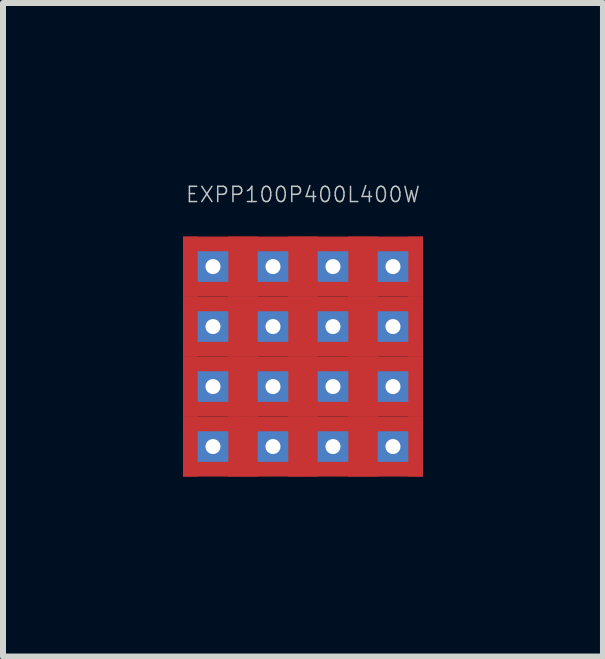
<source format=kicad_pcb>
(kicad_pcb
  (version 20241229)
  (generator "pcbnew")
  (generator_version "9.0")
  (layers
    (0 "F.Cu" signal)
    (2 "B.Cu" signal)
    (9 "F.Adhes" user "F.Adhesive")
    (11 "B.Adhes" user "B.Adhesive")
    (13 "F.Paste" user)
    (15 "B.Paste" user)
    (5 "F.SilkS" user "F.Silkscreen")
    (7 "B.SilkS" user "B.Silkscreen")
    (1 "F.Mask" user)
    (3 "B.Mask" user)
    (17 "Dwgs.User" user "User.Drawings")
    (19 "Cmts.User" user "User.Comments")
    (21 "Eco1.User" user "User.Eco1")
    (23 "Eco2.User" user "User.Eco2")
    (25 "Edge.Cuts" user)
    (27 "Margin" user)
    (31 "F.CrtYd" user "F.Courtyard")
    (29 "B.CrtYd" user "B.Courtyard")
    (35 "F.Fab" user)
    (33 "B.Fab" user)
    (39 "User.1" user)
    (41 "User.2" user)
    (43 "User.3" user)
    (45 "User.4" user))
  (footprint "EXPP100P400L400W"
    (layer "F.Cu")
    (at 2 2.893)
    (property "Reference" "EXPP100P400L400W" (at 0 -2.7 0) (layer "Dwgs.User") (effects (font (size 0.254 0.254) (thickness 0.025))))
    (attr smd)
    (pad "1" smd rect (at -1.875 -1.5) (size 0.25 1) (layers "F.Cu" "F.Mask"))
    (pad "1" smd rect (at -1.875 -0.5) (size 0.25 1) (layers "F.Cu" "F.Mask"))
    (pad "1" smd rect (at -1.875 0.5) (size 0.25 1) (layers "F.Cu" "F.Mask"))
    (pad "1" smd rect (at -1.875 1.5) (size 0.25 1) (layers "F.Cu" "F.Mask"))
    (pad "1" smd rect (at -1.77 -1.77) (size 0.35 0.35) (layers "F.Cu" "F.Mask" "F.Paste"))
    (pad "1" smd rect (at -1.77 -1.23) (size 0.35 0.35) (layers "F.Cu" "F.Paste"))
    (pad "1" smd rect (at -1.77 -0.77) (size 0.35 0.35) (layers "F.Cu" "F.Mask" "F.Paste"))
    (pad "1" smd rect (at -1.77 -0.23) (size 0.35 0.35) (layers "F.Cu" "F.Paste"))
    (pad "1" smd rect (at -1.77 0.23) (size 0.35 0.35) (layers "F.Cu" "F.Mask" "F.Paste"))
    (pad "1" smd rect (at -1.77 0.77) (size 0.35 0.35) (layers "F.Cu" "F.Paste"))
    (pad "1" smd rect (at -1.77 1.23) (size 0.35 0.35) (layers "F.Cu" "F.Mask" "F.Paste"))
    (pad "1" smd rect (at -1.77 1.77) (size 0.35 0.35) (layers "F.Cu" "F.Paste"))
    (pad "1" smd rect (at -1.5 -1.875) (size 1 0.25) (layers "F.Cu" "F.Mask"))
    (pad "1" thru_hole rect (at -1.5 -1.5) (size 0.51 0.51) (drill 0.25) (layers "*.Cu"))
    (pad "1" smd rect (at -1.5 -1.125) (size 1 0.25) (layers "F.Cu" "F.Mask"))
    (pad "1" smd rect (at -1.5 -0.875) (size 1 0.25) (layers "F.Cu" "F.Mask"))
    (pad "1" thru_hole rect (at -1.5 -0.5) (size 0.51 0.51) (drill 0.25) (layers "*.Cu"))
    (pad "1" smd rect (at -1.5 -0.125) (size 1 0.25) (layers "F.Cu" "F.Mask"))
    (pad "1" smd rect (at -1.5 0.125) (size 1 0.25) (layers "F.Cu" "F.Mask"))
    (pad "1" thru_hole rect (at -1.5 0.5) (size 0.51 0.51) (drill 0.25) (layers "*.Cu"))
    (pad "1" smd rect (at -1.5 0.875) (size 1 0.25) (layers "F.Cu" "F.Mask"))
    (pad "1" smd rect (at -1.5 1.125) (size 1 0.25) (layers "F.Cu" "F.Mask"))
    (pad "1" thru_hole rect (at -1.5 1.5) (size 0.51 0.51) (drill 0.25) (layers "*.Cu"))
    (pad "1" smd rect (at -1.5 1.875) (size 1 0.25) (layers "F.Cu" "F.Mask"))
    (pad "1" smd rect (at -1.23 -1.77) (size 0.35 0.35) (layers "F.Cu" "F.Paste"))
    (pad "1" smd rect (at -1.23 -1.23) (size 0.35 0.35) (layers "F.Cu" "F.Paste"))
    (pad "1" smd rect (at -1.23 -0.77) (size 0.35 0.35) (layers "F.Cu" "F.Paste"))
    (pad "1" smd rect (at -1.23 -0.23) (size 0.35 0.35) (layers "F.Cu" "F.Paste"))
    (pad "1" smd rect (at -1.23 0.23) (size 0.35 0.35) (layers "F.Cu" "F.Paste"))
    (pad "1" smd rect (at -1.23 0.77) (size 0.35 0.35) (layers "F.Cu" "F.Paste"))
    (pad "1" smd rect (at -1.23 1.23) (size 0.35 0.35) (layers "F.Cu" "F.Paste"))
    (pad "1" smd rect (at -1.23 1.77) (size 0.35 0.35) (layers "F.Cu" "F.Paste"))
    (pad "1" smd rect (at -1.125 -1.5) (size 0.25 1) (layers "F.Cu" "F.Mask"))
    (pad "1" smd rect (at -1.125 -0.5) (size 0.25 1) (layers "F.Cu" "F.Mask"))
    (pad "1" smd rect (at -1.125 0.5) (size 0.25 1) (layers "F.Cu" "F.Mask"))
    (pad "1" smd rect (at -1.125 1.5) (size 0.25 1) (layers "F.Cu" "F.Mask"))
    (pad "1" smd rect (at -0.875 -1.5) (size 0.25 1) (layers "F.Cu" "F.Mask"))
    (pad "1" smd rect (at -0.875 -0.5) (size 0.25 1) (layers "F.Cu" "F.Mask"))
    (pad "1" smd rect (at -0.875 0.5) (size 0.25 1) (layers "F.Cu" "F.Mask"))
    (pad "1" smd rect (at -0.875 1.5) (size 0.25 1) (layers "F.Cu" "F.Mask"))
    (pad "1" smd rect (at -0.77 -1.77) (size 0.35 0.35) (layers "F.Cu" "F.Mask" "F.Paste"))
    (pad "1" smd rect (at -0.77 -1.23) (size 0.35 0.35) (layers "F.Cu" "F.Paste"))
    (pad "1" smd rect (at -0.77 -0.77) (size 0.35 0.35) (layers "F.Cu" "F.Mask" "F.Paste"))
    (pad "1" smd rect (at -0.77 -0.23) (size 0.35 0.35) (layers "F.Cu" "F.Paste"))
    (pad "1" smd rect (at -0.77 0.23) (size 0.35 0.35) (layers "F.Cu" "F.Mask" "F.Paste"))
    (pad "1" smd rect (at -0.77 0.77) (size 0.35 0.35) (layers "F.Cu" "F.Paste"))
    (pad "1" smd rect (at -0.77 1.23) (size 0.35 0.35) (layers "F.Cu" "F.Mask" "F.Paste"))
    (pad "1" smd rect (at -0.77 1.77) (size 0.35 0.35) (layers "F.Cu" "F.Paste"))
    (pad "1" smd rect (at -0.5 -1.875) (size 1 0.25) (layers "F.Cu" "F.Mask"))
    (pad "1" thru_hole rect (at -0.5 -1.5) (size 0.51 0.51) (drill 0.25) (layers "*.Cu"))
    (pad "1" smd rect (at -0.5 -1.125) (size 1 0.25) (layers "F.Cu" "F.Mask"))
    (pad "1" smd rect (at -0.5 -0.875) (size 1 0.25) (layers "F.Cu" "F.Mask"))
    (pad "1" thru_hole rect (at -0.5 -0.5) (size 0.51 0.51) (drill 0.25) (layers "*.Cu"))
    (pad "1" smd rect (at -0.5 -0.125) (size 1 0.25) (layers "F.Cu" "F.Mask"))
    (pad "1" smd rect (at -0.5 0.125) (size 1 0.25) (layers "F.Cu" "F.Mask"))
    (pad "1" thru_hole rect (at -0.5 0.5) (size 0.51 0.51) (drill 0.25) (layers "*.Cu"))
    (pad "1" smd rect (at -0.5 0.875) (size 1 0.25) (layers "F.Cu" "F.Mask"))
    (pad "1" smd rect (at -0.5 1.125) (size 1 0.25) (layers "F.Cu" "F.Mask"))
    (pad "1" thru_hole rect (at -0.5 1.5) (size 0.51 0.51) (drill 0.25) (layers "*.Cu"))
    (pad "1" smd rect (at -0.5 1.875) (size 1 0.25) (layers "F.Cu" "F.Mask"))
    (pad "1" smd rect (at -0.23 -1.77) (size 0.35 0.35) (layers "F.Cu" "F.Paste"))
    (pad "1" smd rect (at -0.23 -1.23) (size 0.35 0.35) (layers "F.Cu" "F.Paste"))
    (pad "1" smd rect (at -0.23 -0.77) (size 0.35 0.35) (layers "F.Cu" "F.Paste"))
    (pad "1" smd rect (at -0.23 -0.23) (size 0.35 0.35) (layers "F.Cu" "F.Paste"))
    (pad "1" smd rect (at -0.23 0.23) (size 0.35 0.35) (layers "F.Cu" "F.Paste"))
    (pad "1" smd rect (at -0.23 0.77) (size 0.35 0.35) (layers "F.Cu" "F.Paste"))
    (pad "1" smd rect (at -0.23 1.23) (size 0.35 0.35) (layers "F.Cu" "F.Paste"))
    (pad "1" smd rect (at -0.23 1.77) (size 0.35 0.35) (layers "F.Cu" "F.Paste"))
    (pad "1" smd rect (at -0.125 -1.5) (size 0.25 1) (layers "F.Cu" "F.Mask"))
    (pad "1" smd rect (at -0.125 -0.5) (size 0.25 1) (layers "F.Cu" "F.Mask"))
    (pad "1" smd rect (at -0.125 0.5) (size 0.25 1) (layers "F.Cu" "F.Mask"))
    (pad "1" smd rect (at -0.125 1.5) (size 0.25 1) (layers "F.Cu" "F.Mask"))
    (pad "1" smd rect (at 0.125 -1.5) (size 0.25 1) (layers "F.Cu" "F.Mask"))
    (pad "1" smd rect (at 0.125 -0.5) (size 0.25 1) (layers "F.Cu" "F.Mask"))
    (pad "1" smd rect (at 0.125 0.5) (size 0.25 1) (layers "F.Cu" "F.Mask"))
    (pad "1" smd rect (at 0.125 1.5) (size 0.25 1) (layers "F.Cu" "F.Mask"))
    (pad "1" smd rect (at 0.23 -1.77) (size 0.35 0.35) (layers "F.Cu" "F.Mask" "F.Paste"))
    (pad "1" smd rect (at 0.23 -1.23) (size 0.35 0.35) (layers "F.Cu" "F.Paste"))
    (pad "1" smd rect (at 0.23 -0.77) (size 0.35 0.35) (layers "F.Cu" "F.Mask" "F.Paste"))
    (pad "1" smd rect (at 0.23 -0.23) (size 0.35 0.35) (layers "F.Cu" "F.Paste"))
    (pad "1" smd rect (at 0.23 0.23) (size 0.35 0.35) (layers "F.Cu" "F.Mask" "F.Paste"))
    (pad "1" smd rect (at 0.23 0.77) (size 0.35 0.35) (layers "F.Cu" "F.Paste"))
    (pad "1" smd rect (at 0.23 1.23) (size 0.35 0.35) (layers "F.Cu" "F.Mask" "F.Paste"))
    (pad "1" smd rect (at 0.23 1.77) (size 0.35 0.35) (layers "F.Cu" "F.Paste"))
    (pad "1" smd rect (at 0.5 -1.875) (size 1 0.25) (layers "F.Cu" "F.Mask"))
    (pad "1" thru_hole rect (at 0.5 -1.5) (size 0.51 0.51) (drill 0.25) (layers "*.Cu"))
    (pad "1" smd rect (at 0.5 -1.125) (size 1 0.25) (layers "F.Cu" "F.Mask"))
    (pad "1" smd rect (at 0.5 -0.875) (size 1 0.25) (layers "F.Cu" "F.Mask"))
    (pad "1" thru_hole rect (at 0.5 -0.5) (size 0.51 0.51) (drill 0.25) (layers "*.Cu"))
    (pad "1" smd rect (at 0.5 -0.125) (size 1 0.25) (layers "F.Cu" "F.Mask"))
    (pad "1" smd rect (at 0.5 0.125) (size 1 0.25) (layers "F.Cu" "F.Mask"))
    (pad "1" thru_hole rect (at 0.5 0.5) (size 0.51 0.51) (drill 0.25) (layers "*.Cu"))
    (pad "1" smd rect (at 0.5 0.875) (size 1 0.25) (layers "F.Cu" "F.Mask"))
    (pad "1" smd rect (at 0.5 1.125) (size 1 0.25) (layers "F.Cu" "F.Mask"))
    (pad "1" thru_hole rect (at 0.5 1.5) (size 0.51 0.51) (drill 0.25) (layers "*.Cu"))
    (pad "1" smd rect (at 0.5 1.875) (size 1 0.25) (layers "F.Cu" "F.Mask"))
    (pad "1" smd rect (at 0.77 -1.77) (size 0.35 0.35) (layers "F.Cu" "F.Paste"))
    (pad "1" smd rect (at 0.77 -1.23) (size 0.35 0.35) (layers "F.Cu" "F.Paste"))
    (pad "1" smd rect (at 0.77 -0.77) (size 0.35 0.35) (layers "F.Cu" "F.Paste"))
    (pad "1" smd rect (at 0.77 -0.23) (size 0.35 0.35) (layers "F.Cu" "F.Paste"))
    (pad "1" smd rect (at 0.77 0.23) (size 0.35 0.35) (layers "F.Cu" "F.Paste"))
    (pad "1" smd rect (at 0.77 0.77) (size 0.35 0.35) (layers "F.Cu" "F.Paste"))
    (pad "1" smd rect (at 0.77 1.23) (size 0.35 0.35) (layers "F.Cu" "F.Paste"))
    (pad "1" smd rect (at 0.77 1.77) (size 0.35 0.35) (layers "F.Cu" "F.Paste"))
    (pad "1" smd rect (at 0.875 -1.5) (size 0.25 1) (layers "F.Cu" "F.Mask"))
    (pad "1" smd rect (at 0.875 -0.5) (size 0.25 1) (layers "F.Cu" "F.Mask"))
    (pad "1" smd rect (at 0.875 0.5) (size 0.25 1) (layers "F.Cu" "F.Mask"))
    (pad "1" smd rect (at 0.875 1.5) (size 0.25 1) (layers "F.Cu" "F.Mask"))
    (pad "1" smd rect (at 1.125 -1.5) (size 0.25 1) (layers "F.Cu" "F.Mask"))
    (pad "1" smd rect (at 1.125 -0.5) (size 0.25 1) (layers "F.Cu" "F.Mask"))
    (pad "1" smd rect (at 1.125 0.5) (size 0.25 1) (layers "F.Cu" "F.Mask"))
    (pad "1" smd rect (at 1.125 1.5) (size 0.25 1) (layers "F.Cu" "F.Mask"))
    (pad "1" smd rect (at 1.23 -1.77) (size 0.35 0.35) (layers "F.Cu" "F.Mask" "F.Paste"))
    (pad "1" smd rect (at 1.23 -1.23) (size 0.35 0.35) (layers "F.Cu" "F.Paste"))
    (pad "1" smd rect (at 1.23 -0.77) (size 0.35 0.35) (layers "F.Cu" "F.Mask" "F.Paste"))
    (pad "1" smd rect (at 1.23 -0.23) (size 0.35 0.35) (layers "F.Cu" "F.Paste"))
    (pad "1" smd rect (at 1.23 0.23) (size 0.35 0.35) (layers "F.Cu" "F.Mask" "F.Paste"))
    (pad "1" smd rect (at 1.23 0.77) (size 0.35 0.35) (layers "F.Cu" "F.Paste"))
    (pad "1" smd rect (at 1.23 1.23) (size 0.35 0.35) (layers "F.Cu" "F.Mask" "F.Paste"))
    (pad "1" smd rect (at 1.23 1.77) (size 0.35 0.35) (layers "F.Cu" "F.Paste"))
    (pad "1" smd rect (at 1.5 -1.875) (size 1 0.25) (layers "F.Cu" "F.Mask"))
    (pad "1" thru_hole rect (at 1.5 -1.5) (size 0.51 0.51) (drill 0.25) (layers "*.Cu"))
    (pad "1" smd rect (at 1.5 -1.125) (size 1 0.25) (layers "F.Cu" "F.Mask"))
    (pad "1" smd rect (at 1.5 -0.875) (size 1 0.25) (layers "F.Cu" "F.Mask"))
    (pad "1" thru_hole rect (at 1.5 -0.5) (size 0.51 0.51) (drill 0.25) (layers "*.Cu"))
    (pad "1" smd rect (at 1.5 -0.125) (size 1 0.25) (layers "F.Cu" "F.Mask"))
    (pad "1" smd rect (at 1.5 0.125) (size 1 0.25) (layers "F.Cu" "F.Mask"))
    (pad "1" thru_hole rect (at 1.5 0.5) (size 0.51 0.51) (drill 0.25) (layers "*.Cu"))
    (pad "1" smd rect (at 1.5 0.875) (size 1 0.25) (layers "F.Cu" "F.Mask"))
    (pad "1" smd rect (at 1.5 1.125) (size 1 0.25) (layers "F.Cu" "F.Mask"))
    (pad "1" thru_hole rect (at 1.5 1.5) (size 0.51 0.51) (drill 0.25) (layers "*.Cu"))
    (pad "1" smd rect (at 1.5 1.875) (size 1 0.25) (layers "F.Cu" "F.Mask"))
    (pad "1" smd rect (at 1.77 -1.77) (size 0.35 0.35) (layers "F.Cu" "F.Paste"))
    (pad "1" smd rect (at 1.77 -1.23) (size 0.35 0.35) (layers "F.Cu" "F.Paste"))
    (pad "1" smd rect (at 1.77 -0.77) (size 0.35 0.35) (layers "F.Cu" "F.Paste"))
    (pad "1" smd rect (at 1.77 -0.23) (size 0.35 0.35) (layers "F.Cu" "F.Paste"))
    (pad "1" smd rect (at 1.77 0.23) (size 0.35 0.35) (layers "F.Cu" "F.Paste"))
    (pad "1" smd rect (at 1.77 0.77) (size 0.35 0.35) (layers "F.Cu" "F.Paste"))
    (pad "1" smd rect (at 1.77 1.23) (size 0.35 0.35) (layers "F.Cu" "F.Paste"))
    (pad "1" smd rect (at 1.77 1.77) (size 0.35 0.35) (layers "F.Cu" "F.Paste"))
    (pad "1" smd rect (at 1.875 -1.5) (size 0.25 1) (layers "F.Cu" "F.Mask"))
    (pad "1" smd rect (at 1.875 -0.5) (size 0.25 1) (layers "F.Cu" "F.Mask"))
    (pad "1" smd rect (at 1.875 0.5) (size 0.25 1) (layers "F.Cu" "F.Mask"))
    (pad "1" smd rect (at 1.875 1.5) (size 0.25 1) (layers "F.Cu" "F.Mask")))
  (gr_rect
    (start -3 -3)
    (end 7 7.893)
    (stroke (width 0.1) (type default))
    (fill no)
    (layer "Edge.Cuts")))
</source>
